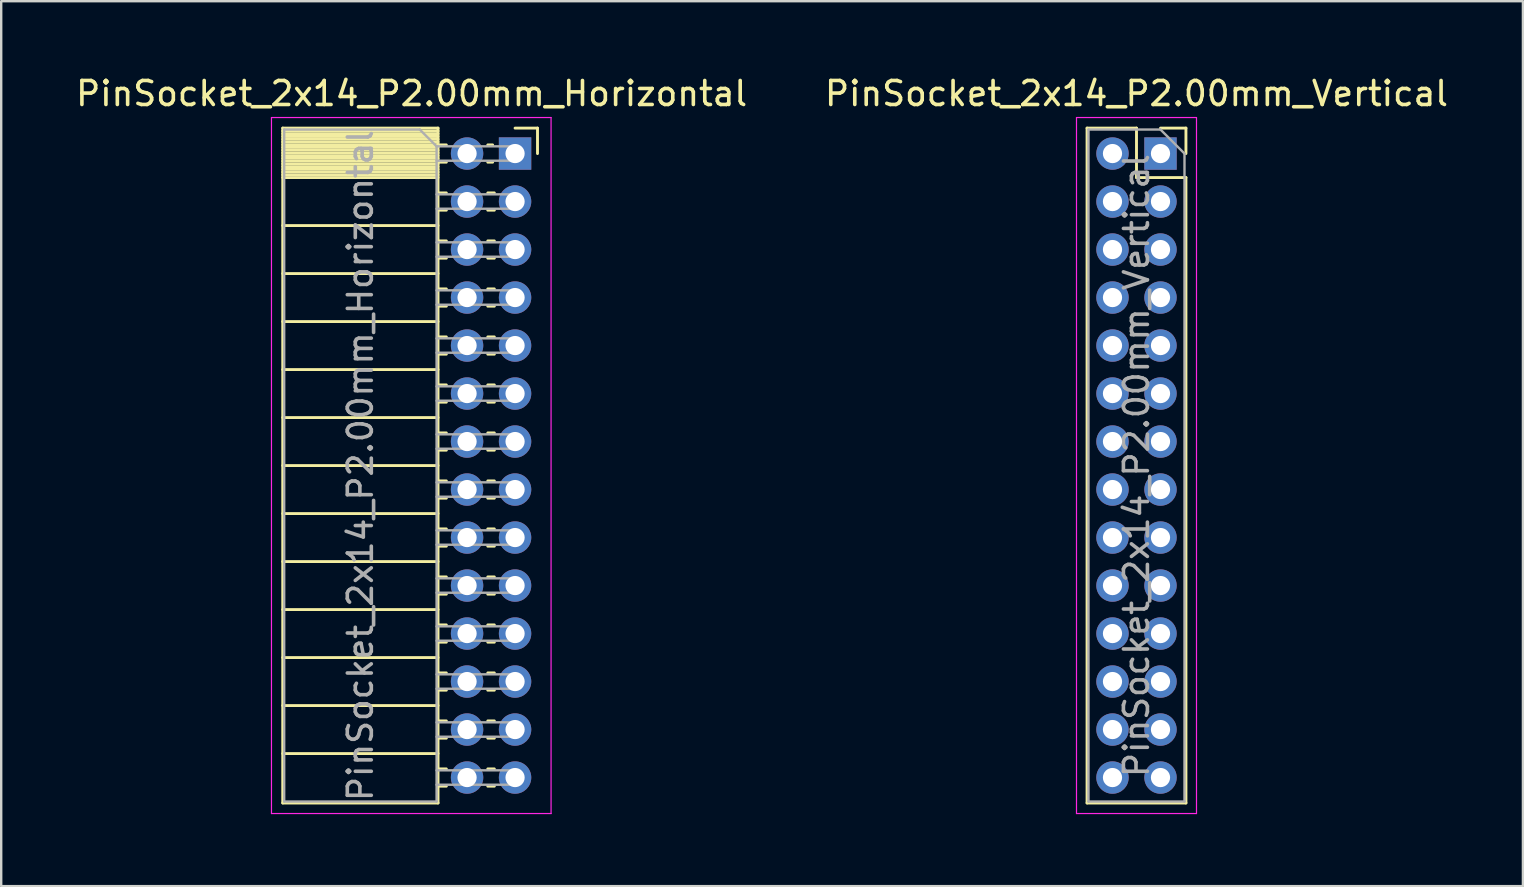
<source format=kicad_pcb>
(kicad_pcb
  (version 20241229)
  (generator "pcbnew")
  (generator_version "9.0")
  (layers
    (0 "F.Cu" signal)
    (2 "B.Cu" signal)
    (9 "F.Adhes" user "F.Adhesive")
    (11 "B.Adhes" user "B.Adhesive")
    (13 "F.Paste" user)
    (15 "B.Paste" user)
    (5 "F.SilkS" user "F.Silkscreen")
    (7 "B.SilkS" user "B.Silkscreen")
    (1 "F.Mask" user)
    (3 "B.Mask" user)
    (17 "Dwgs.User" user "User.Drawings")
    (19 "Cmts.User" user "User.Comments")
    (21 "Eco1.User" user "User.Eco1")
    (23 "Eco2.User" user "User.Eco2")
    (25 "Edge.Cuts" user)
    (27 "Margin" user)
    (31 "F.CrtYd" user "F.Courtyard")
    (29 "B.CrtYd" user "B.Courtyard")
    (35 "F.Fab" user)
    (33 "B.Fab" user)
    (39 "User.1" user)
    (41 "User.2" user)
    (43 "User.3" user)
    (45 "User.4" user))
  (footprint "PinSocket_2x14_P2.00mm_Horizontal"
    (layer "F.Cu")
    (at 18.411 3.348)
    (property "Reference" "PinSocket_2x14_P2.00mm_Horizontal" (at -4.31 -2.5 0) (layer "F.SilkS") (effects (font (size 1 1) (thickness 0.15))))
    (attr through_hole)
    (fp_line (start -9.68 -1.06) (end -9.68 27.06) (stroke (width 0.12) (type solid)) (layer "F.SilkS"))
    (fp_line (start -9.68 -1.06) (end -3.21 -1.06) (stroke (width 0.12) (type solid)) (layer "F.SilkS"))
    (fp_line (start -9.68 -0.94) (end -3.21 -0.94) (stroke (width 0.12) (type solid)) (layer "F.SilkS"))
    (fp_line (start -9.68 -0.826) (end -3.21 -0.826) (stroke (width 0.12) (type solid)) (layer "F.SilkS"))
    (fp_line (start -9.68 -0.712) (end -3.21 -0.712) (stroke (width 0.12) (type solid)) (layer "F.SilkS"))
    (fp_line (start -9.68 -0.598) (end -3.21 -0.598) (stroke (width 0.12) (type solid)) (layer "F.SilkS"))
    (fp_line (start -9.68 -0.484) (end -3.21 -0.484) (stroke (width 0.12) (type solid)) (layer "F.SilkS"))
    (fp_line (start -9.68 -0.369) (end -3.21 -0.369) (stroke (width 0.12) (type solid)) (layer "F.SilkS"))
    (fp_line (start -9.68 -0.255) (end -3.21 -0.255) (stroke (width 0.12) (type solid)) (layer "F.SilkS"))
    (fp_line (start -9.68 -0.141) (end -3.21 -0.141) (stroke (width 0.12) (type solid)) (layer "F.SilkS"))
    (fp_line (start -9.68 -0.027) (end -3.21 -0.027) (stroke (width 0.12) (type solid)) (layer "F.SilkS"))
    (fp_line (start -9.68 0.087) (end -3.21 0.087) (stroke (width 0.12) (type solid)) (layer "F.SilkS"))
    (fp_line (start -9.68 0.201) (end -3.21 0.201) (stroke (width 0.12) (type solid)) (layer "F.SilkS"))
    (fp_line (start -9.68 0.315) (end -3.21 0.315) (stroke (width 0.12) (type solid)) (layer "F.SilkS"))
    (fp_line (start -9.68 0.429) (end -3.21 0.429) (stroke (width 0.12) (type solid)) (layer "F.SilkS"))
    (fp_line (start -9.68 0.544) (end -3.21 0.544) (stroke (width 0.12) (type solid)) (layer "F.SilkS"))
    (fp_line (start -9.68 0.658) (end -3.21 0.658) (stroke (width 0.12) (type solid)) (layer "F.SilkS"))
    (fp_line (start -9.68 0.772) (end -3.21 0.772) (stroke (width 0.12) (type solid)) (layer "F.SilkS"))
    (fp_line (start -9.68 0.886) (end -3.21 0.886) (stroke (width 0.12) (type solid)) (layer "F.SilkS"))
    (fp_line (start -9.68 1) (end -3.21 1) (stroke (width 0.12) (type solid)) (layer "F.SilkS"))
    (fp_line (start -9.68 3) (end -3.21 3) (stroke (width 0.12) (type solid)) (layer "F.SilkS"))
    (fp_line (start -9.68 5) (end -3.21 5) (stroke (width 0.12) (type solid)) (layer "F.SilkS"))
    (fp_line (start -9.68 7) (end -3.21 7) (stroke (width 0.12) (type solid)) (layer "F.SilkS"))
    (fp_line (start -9.68 9) (end -3.21 9) (stroke (width 0.12) (type solid)) (layer "F.SilkS"))
    (fp_line (start -9.68 11) (end -3.21 11) (stroke (width 0.12) (type solid)) (layer "F.SilkS"))
    (fp_line (start -9.68 13) (end -3.21 13) (stroke (width 0.12) (type solid)) (layer "F.SilkS"))
    (fp_line (start -9.68 15) (end -3.21 15) (stroke (width 0.12) (type solid)) (layer "F.SilkS"))
    (fp_line (start -9.68 17) (end -3.21 17) (stroke (width 0.12) (type solid)) (layer "F.SilkS"))
    (fp_line (start -9.68 19) (end -3.21 19) (stroke (width 0.12) (type solid)) (layer "F.SilkS"))
    (fp_line (start -9.68 21) (end -3.21 21) (stroke (width 0.12) (type solid)) (layer "F.SilkS"))
    (fp_line (start -9.68 23) (end -3.21 23) (stroke (width 0.12) (type solid)) (layer "F.SilkS"))
    (fp_line (start -9.68 25) (end -3.21 25) (stroke (width 0.12) (type solid)) (layer "F.SilkS"))
    (fp_line (start -9.68 27.06) (end -3.21 27.06) (stroke (width 0.12) (type solid)) (layer "F.SilkS"))
    (fp_line (start -3.21 -1.06) (end -3.21 27.06) (stroke (width 0.12) (type solid)) (layer "F.SilkS"))
    (fp_line (start -3.21 -0.36) (end -2.863 -0.36) (stroke (width 0.12) (type solid)) (layer "F.SilkS"))
    (fp_line (start -3.21 0.36) (end -2.863 0.36) (stroke (width 0.12) (type solid)) (layer "F.SilkS"))
    (fp_line (start -3.21 1.64) (end -2.863 1.64) (stroke (width 0.12) (type solid)) (layer "F.SilkS"))
    (fp_line (start -3.21 2.36) (end -2.863 2.36) (stroke (width 0.12) (type solid)) (layer "F.SilkS"))
    (fp_line (start -3.21 3.64) (end -2.863 3.64) (stroke (width 0.12) (type solid)) (layer "F.SilkS"))
    (fp_line (start -3.21 4.36) (end -2.863 4.36) (stroke (width 0.12) (type solid)) (layer "F.SilkS"))
    (fp_line (start -3.21 5.64) (end -2.863 5.64) (stroke (width 0.12) (type solid)) (layer "F.SilkS"))
    (fp_line (start -3.21 6.36) (end -2.863 6.36) (stroke (width 0.12) (type solid)) (layer "F.SilkS"))
    (fp_line (start -3.21 7.64) (end -2.863 7.64) (stroke (width 0.12) (type solid)) (layer "F.SilkS"))
    (fp_line (start -3.21 8.36) (end -2.863 8.36) (stroke (width 0.12) (type solid)) (layer "F.SilkS"))
    (fp_line (start -3.21 9.64) (end -2.863 9.64) (stroke (width 0.12) (type solid)) (layer "F.SilkS"))
    (fp_line (start -3.21 10.36) (end -2.863 10.36) (stroke (width 0.12) (type solid)) (layer "F.SilkS"))
    (fp_line (start -3.21 11.64) (end -2.863 11.64) (stroke (width 0.12) (type solid)) (layer "F.SilkS"))
    (fp_line (start -3.21 12.36) (end -2.863 12.36) (stroke (width 0.12) (type solid)) (layer "F.SilkS"))
    (fp_line (start -3.21 13.64) (end -2.863 13.64) (stroke (width 0.12) (type solid)) (layer "F.SilkS"))
    (fp_line (start -3.21 14.36) (end -2.863 14.36) (stroke (width 0.12) (type solid)) (layer "F.SilkS"))
    (fp_line (start -3.21 15.64) (end -2.863 15.64) (stroke (width 0.12) (type solid)) (layer "F.SilkS"))
    (fp_line (start -3.21 16.36) (end -2.863 16.36) (stroke (width 0.12) (type solid)) (layer "F.SilkS"))
    (fp_line (start -3.21 17.64) (end -2.863 17.64) (stroke (width 0.12) (type solid)) (layer "F.SilkS"))
    (fp_line (start -3.21 18.36) (end -2.863 18.36) (stroke (width 0.12) (type solid)) (layer "F.SilkS"))
    (fp_line (start -3.21 19.64) (end -2.863 19.64) (stroke (width 0.12) (type solid)) (layer "F.SilkS"))
    (fp_line (start -3.21 20.36) (end -2.863 20.36) (stroke (width 0.12) (type solid)) (layer "F.SilkS"))
    (fp_line (start -3.21 21.64) (end -2.863 21.64) (stroke (width 0.12) (type solid)) (layer "F.SilkS"))
    (fp_line (start -3.21 22.36) (end -2.863 22.36) (stroke (width 0.12) (type solid)) (layer "F.SilkS"))
    (fp_line (start -3.21 23.64) (end -2.863 23.64) (stroke (width 0.12) (type solid)) (layer "F.SilkS"))
    (fp_line (start -3.21 24.36) (end -2.863 24.36) (stroke (width 0.12) (type solid)) (layer "F.SilkS"))
    (fp_line (start -3.21 25.64) (end -2.863 25.64) (stroke (width 0.12) (type solid)) (layer "F.SilkS"))
    (fp_line (start -3.21 26.36) (end -2.863 26.36) (stroke (width 0.12) (type solid)) (layer "F.SilkS"))
    (fp_line (start -1.137 -0.36) (end -0.935 -0.36) (stroke (width 0.12) (type solid)) (layer "F.SilkS"))
    (fp_line (start -1.137 0.36) (end -0.935 0.36) (stroke (width 0.12) (type solid)) (layer "F.SilkS"))
    (fp_line (start -1.137 1.64) (end -0.863 1.64) (stroke (width 0.12) (type solid)) (layer "F.SilkS"))
    (fp_line (start -1.137 2.36) (end -0.863 2.36) (stroke (width 0.12) (type solid)) (layer "F.SilkS"))
    (fp_line (start -1.137 3.64) (end -0.863 3.64) (stroke (width 0.12) (type solid)) (layer "F.SilkS"))
    (fp_line (start -1.137 4.36) (end -0.863 4.36) (stroke (width 0.12) (type solid)) (layer "F.SilkS"))
    (fp_line (start -1.137 5.64) (end -0.863 5.64) (stroke (width 0.12) (type solid)) (layer "F.SilkS"))
    (fp_line (start -1.137 6.36) (end -0.863 6.36) (stroke (width 0.12) (type solid)) (layer "F.SilkS"))
    (fp_line (start -1.137 7.64) (end -0.863 7.64) (stroke (width 0.12) (type solid)) (layer "F.SilkS"))
    (fp_line (start -1.137 8.36) (end -0.863 8.36) (stroke (width 0.12) (type solid)) (layer "F.SilkS"))
    (fp_line (start -1.137 9.64) (end -0.863 9.64) (stroke (width 0.12) (type solid)) (layer "F.SilkS"))
    (fp_line (start -1.137 10.36) (end -0.863 10.36) (stroke (width 0.12) (type solid)) (layer "F.SilkS"))
    (fp_line (start -1.137 11.64) (end -0.863 11.64) (stroke (width 0.12) (type solid)) (layer "F.SilkS"))
    (fp_line (start -1.137 12.36) (end -0.863 12.36) (stroke (width 0.12) (type solid)) (layer "F.SilkS"))
    (fp_line (start -1.137 13.64) (end -0.863 13.64) (stroke (width 0.12) (type solid)) (layer "F.SilkS"))
    (fp_line (start -1.137 14.36) (end -0.863 14.36) (stroke (width 0.12) (type solid)) (layer "F.SilkS"))
    (fp_line (start -1.137 15.64) (end -0.863 15.64) (stroke (width 0.12) (type solid)) (layer "F.SilkS"))
    (fp_line (start -1.137 16.36) (end -0.863 16.36) (stroke (width 0.12) (type solid)) (layer "F.SilkS"))
    (fp_line (start -1.137 17.64) (end -0.863 17.64) (stroke (width 0.12) (type solid)) (layer "F.SilkS"))
    (fp_line (start -1.137 18.36) (end -0.863 18.36) (stroke (width 0.12) (type solid)) (layer "F.SilkS"))
    (fp_line (start -1.137 19.64) (end -0.863 19.64) (stroke (width 0.12) (type solid)) (layer "F.SilkS"))
    (fp_line (start -1.137 20.36) (end -0.863 20.36) (stroke (width 0.12) (type solid)) (layer "F.SilkS"))
    (fp_line (start -1.137 21.64) (end -0.863 21.64) (stroke (width 0.12) (type solid)) (layer "F.SilkS"))
    (fp_line (start -1.137 22.36) (end -0.863 22.36) (stroke (width 0.12) (type solid)) (layer "F.SilkS"))
    (fp_line (start -1.137 23.64) (end -0.863 23.64) (stroke (width 0.12) (type solid)) (layer "F.SilkS"))
    (fp_line (start -1.137 24.36) (end -0.863 24.36) (stroke (width 0.12) (type solid)) (layer "F.SilkS"))
    (fp_line (start -1.137 25.64) (end -0.863 25.64) (stroke (width 0.12) (type solid)) (layer "F.SilkS"))
    (fp_line (start -1.137 26.36) (end -0.863 26.36) (stroke (width 0.12) (type solid)) (layer "F.SilkS"))
    (fp_line (start 0 -1.06) (end 0.935 -1.06) (stroke (width 0.12) (type solid)) (layer "F.SilkS"))
    (fp_line (start 0.935 -1.06) (end 0.935 0) (stroke (width 0.12) (type solid)) (layer "F.SilkS"))
    (fp_line (start -10.15 -1.5) (end -10.15 27.5) (stroke (width 0.05) (type solid)) (layer "F.CrtYd"))
    (fp_line (start -10.15 27.5) (end 1.5 27.5) (stroke (width 0.05) (type solid)) (layer "F.CrtYd"))
    (fp_line (start 1.5 -1.5) (end -10.15 -1.5) (stroke (width 0.05) (type solid)) (layer "F.CrtYd"))
    (fp_line (start 1.5 27.5) (end 1.5 -1.5) (stroke (width 0.05) (type solid)) (layer "F.CrtYd"))
    (fp_line (start -9.62 -1) (end -3.97 -1) (stroke (width 0.1) (type solid)) (layer "F.Fab"))
    (fp_line (start -9.62 27) (end -9.62 -1) (stroke (width 0.1) (type solid)) (layer "F.Fab"))
    (fp_line (start -3.97 -1) (end -3.27 -0.3) (stroke (width 0.1) (type solid)) (layer "F.Fab"))
    (fp_line (start -3.27 -0.3) (end -3.27 27) (stroke (width 0.1) (type solid)) (layer "F.Fab"))
    (fp_line (start -3.27 0.3) (end 0 0.3) (stroke (width 0.1) (type solid)) (layer "F.Fab"))
    (fp_line (start -3.27 2.3) (end 0 2.3) (stroke (width 0.1) (type solid)) (layer "F.Fab"))
    (fp_line (start -3.27 4.3) (end 0 4.3) (stroke (width 0.1) (type solid)) (layer "F.Fab"))
    (fp_line (start -3.27 6.3) (end 0 6.3) (stroke (width 0.1) (type solid)) (layer "F.Fab"))
    (fp_line (start -3.27 8.3) (end 0 8.3) (stroke (width 0.1) (type solid)) (layer "F.Fab"))
    (fp_line (start -3.27 10.3) (end 0 10.3) (stroke (width 0.1) (type solid)) (layer "F.Fab"))
    (fp_line (start -3.27 12.3) (end 0 12.3) (stroke (width 0.1) (type solid)) (layer "F.Fab"))
    (fp_line (start -3.27 14.3) (end 0 14.3) (stroke (width 0.1) (type solid)) (layer "F.Fab"))
    (fp_line (start -3.27 16.3) (end 0 16.3) (stroke (width 0.1) (type solid)) (layer "F.Fab"))
    (fp_line (start -3.27 18.3) (end 0 18.3) (stroke (width 0.1) (type solid)) (layer "F.Fab"))
    (fp_line (start -3.27 20.3) (end 0 20.3) (stroke (width 0.1) (type solid)) (layer "F.Fab"))
    (fp_line (start -3.27 22.3) (end 0 22.3) (stroke (width 0.1) (type solid)) (layer "F.Fab"))
    (fp_line (start -3.27 24.3) (end 0 24.3) (stroke (width 0.1) (type solid)) (layer "F.Fab"))
    (fp_line (start -3.27 26.3) (end 0 26.3) (stroke (width 0.1) (type solid)) (layer "F.Fab"))
    (fp_line (start -3.27 27) (end -9.62 27) (stroke (width 0.1) (type solid)) (layer "F.Fab"))
    (fp_line (start 0 -0.3) (end -3.27 -0.3) (stroke (width 0.1) (type solid)) (layer "F.Fab"))
    (fp_line (start 0 0.3) (end 0 -0.3) (stroke (width 0.1) (type solid)) (layer "F.Fab"))
    (fp_line (start 0 1.7) (end -3.27 1.7) (stroke (width 0.1) (type solid)) (layer "F.Fab"))
    (fp_line (start 0 2.3) (end 0 1.7) (stroke (width 0.1) (type solid)) (layer "F.Fab"))
    (fp_line (start 0 3.7) (end -3.27 3.7) (stroke (width 0.1) (type solid)) (layer "F.Fab"))
    (fp_line (start 0 4.3) (end 0 3.7) (stroke (width 0.1) (type solid)) (layer "F.Fab"))
    (fp_line (start 0 5.7) (end -3.27 5.7) (stroke (width 0.1) (type solid)) (layer "F.Fab"))
    (fp_line (start 0 6.3) (end 0 5.7) (stroke (width 0.1) (type solid)) (layer "F.Fab"))
    (fp_line (start 0 7.7) (end -3.27 7.7) (stroke (width 0.1) (type solid)) (layer "F.Fab"))
    (fp_line (start 0 8.3) (end 0 7.7) (stroke (width 0.1) (type solid)) (layer "F.Fab"))
    (fp_line (start 0 9.7) (end -3.27 9.7) (stroke (width 0.1) (type solid)) (layer "F.Fab"))
    (fp_line (start 0 10.3) (end 0 9.7) (stroke (width 0.1) (type solid)) (layer "F.Fab"))
    (fp_line (start 0 11.7) (end -3.27 11.7) (stroke (width 0.1) (type solid)) (layer "F.Fab"))
    (fp_line (start 0 12.3) (end 0 11.7) (stroke (width 0.1) (type solid)) (layer "F.Fab"))
    (fp_line (start 0 13.7) (end -3.27 13.7) (stroke (width 0.1) (type solid)) (layer "F.Fab"))
    (fp_line (start 0 14.3) (end 0 13.7) (stroke (width 0.1) (type solid)) (layer "F.Fab"))
    (fp_line (start 0 15.7) (end -3.27 15.7) (stroke (width 0.1) (type solid)) (layer "F.Fab"))
    (fp_line (start 0 16.3) (end 0 15.7) (stroke (width 0.1) (type solid)) (layer "F.Fab"))
    (fp_line (start 0 17.7) (end -3.27 17.7) (stroke (width 0.1) (type solid)) (layer "F.Fab"))
    (fp_line (start 0 18.3) (end 0 17.7) (stroke (width 0.1) (type solid)) (layer "F.Fab"))
    (fp_line (start 0 19.7) (end -3.27 19.7) (stroke (width 0.1) (type solid)) (layer "F.Fab"))
    (fp_line (start 0 20.3) (end 0 19.7) (stroke (width 0.1) (type solid)) (layer "F.Fab"))
    (fp_line (start 0 21.7) (end -3.27 21.7) (stroke (width 0.1) (type solid)) (layer "F.Fab"))
    (fp_line (start 0 22.3) (end 0 21.7) (stroke (width 0.1) (type solid)) (layer "F.Fab"))
    (fp_line (start 0 23.7) (end -3.27 23.7) (stroke (width 0.1) (type solid)) (layer "F.Fab"))
    (fp_line (start 0 24.3) (end 0 23.7) (stroke (width 0.1) (type solid)) (layer "F.Fab"))
    (fp_line (start 0 25.7) (end -3.27 25.7) (stroke (width 0.1) (type solid)) (layer "F.Fab"))
    (fp_line (start 0 26.3) (end 0 25.7) (stroke (width 0.1) (type solid)) (layer "F.Fab"))
    (fp_text user "${REFERENCE}" (at -6.445 13 90) (layer "F.Fab") (effects (font (size 1 1) (thickness 0.15))))
    (pad "1" thru_hole rect (at 0 0) (size 1.35 1.35) (drill 0.8) (layers "*.Cu" "*.Mask"))
    (pad "2" thru_hole circle (at -2 0) (size 1.35 1.35) (drill 0.8) (layers "*.Cu" "*.Mask"))
    (pad "3" thru_hole circle (at 0 2) (size 1.35 1.35) (drill 0.8) (layers "*.Cu" "*.Mask"))
    (pad "4" thru_hole circle (at -2 2) (size 1.35 1.35) (drill 0.8) (layers "*.Cu" "*.Mask"))
    (pad "5" thru_hole circle (at 0 4) (size 1.35 1.35) (drill 0.8) (layers "*.Cu" "*.Mask"))
    (pad "6" thru_hole circle (at -2 4) (size 1.35 1.35) (drill 0.8) (layers "*.Cu" "*.Mask"))
    (pad "7" thru_hole circle (at 0 6) (size 1.35 1.35) (drill 0.8) (layers "*.Cu" "*.Mask"))
    (pad "8" thru_hole circle (at -2 6) (size 1.35 1.35) (drill 0.8) (layers "*.Cu" "*.Mask"))
    (pad "9" thru_hole circle (at 0 8) (size 1.35 1.35) (drill 0.8) (layers "*.Cu" "*.Mask"))
    (pad "10" thru_hole circle (at -2 8) (size 1.35 1.35) (drill 0.8) (layers "*.Cu" "*.Mask"))
    (pad "11" thru_hole circle (at 0 10) (size 1.35 1.35) (drill 0.8) (layers "*.Cu" "*.Mask"))
    (pad "12" thru_hole circle (at -2 10) (size 1.35 1.35) (drill 0.8) (layers "*.Cu" "*.Mask"))
    (pad "13" thru_hole circle (at 0 12) (size 1.35 1.35) (drill 0.8) (layers "*.Cu" "*.Mask"))
    (pad "14" thru_hole circle (at -2 12) (size 1.35 1.35) (drill 0.8) (layers "*.Cu" "*.Mask"))
    (pad "15" thru_hole circle (at 0 14) (size 1.35 1.35) (drill 0.8) (layers "*.Cu" "*.Mask"))
    (pad "16" thru_hole circle (at -2 14) (size 1.35 1.35) (drill 0.8) (layers "*.Cu" "*.Mask"))
    (pad "17" thru_hole circle (at 0 16) (size 1.35 1.35) (drill 0.8) (layers "*.Cu" "*.Mask"))
    (pad "18" thru_hole circle (at -2 16) (size 1.35 1.35) (drill 0.8) (layers "*.Cu" "*.Mask"))
    (pad "19" thru_hole circle (at 0 18) (size 1.35 1.35) (drill 0.8) (layers "*.Cu" "*.Mask"))
    (pad "20" thru_hole circle (at -2 18) (size 1.35 1.35) (drill 0.8) (layers "*.Cu" "*.Mask"))
    (pad "21" thru_hole circle (at 0 20) (size 1.35 1.35) (drill 0.8) (layers "*.Cu" "*.Mask"))
    (pad "22" thru_hole circle (at -2 20) (size 1.35 1.35) (drill 0.8) (layers "*.Cu" "*.Mask"))
    (pad "23" thru_hole circle (at 0 22) (size 1.35 1.35) (drill 0.8) (layers "*.Cu" "*.Mask"))
    (pad "24" thru_hole circle (at -2 22) (size 1.35 1.35) (drill 0.8) (layers "*.Cu" "*.Mask"))
    (pad "25" thru_hole circle (at 0 24) (size 1.35 1.35) (drill 0.8) (layers "*.Cu" "*.Mask"))
    (pad "26" thru_hole circle (at -2 24) (size 1.35 1.35) (drill 0.8) (layers "*.Cu" "*.Mask"))
    (pad "27" thru_hole circle (at 0 26) (size 1.35 1.35) (drill 0.8) (layers "*.Cu" "*.Mask"))
    (pad "28" thru_hole circle (at -2 26) (size 1.35 1.35) (drill 0.8) (layers "*.Cu" "*.Mask")))
  (footprint "PinSocket_2x14_P2.00mm_Vertical"
    (layer "F.Cu")
    (at 45.304 3.348)
    (property "Reference" "PinSocket_2x14_P2.00mm_Vertical" (at -1 -2.5 0) (layer "F.SilkS") (effects (font (size 1 1) (thickness 0.15))))
    (attr through_hole)
    (fp_line (start -3.06 -1.06) (end -3.06 27.06) (stroke (width 0.12) (type solid)) (layer "F.SilkS"))
    (fp_line (start -3.06 -1.06) (end -1 -1.06) (stroke (width 0.12) (type solid)) (layer "F.SilkS"))
    (fp_line (start -3.06 27.06) (end 1.06 27.06) (stroke (width 0.12) (type solid)) (layer "F.SilkS"))
    (fp_line (start -1 -1.06) (end -1 1) (stroke (width 0.12) (type solid)) (layer "F.SilkS"))
    (fp_line (start -1 1) (end 1.06 1) (stroke (width 0.12) (type solid)) (layer "F.SilkS"))
    (fp_line (start 0 -1.06) (end 1.06 -1.06) (stroke (width 0.12) (type solid)) (layer "F.SilkS"))
    (fp_line (start 1.06 -1.06) (end 1.06 0) (stroke (width 0.12) (type solid)) (layer "F.SilkS"))
    (fp_line (start 1.06 1) (end 1.06 27.06) (stroke (width 0.12) (type solid)) (layer "F.SilkS"))
    (fp_line (start -3.5 -1.5) (end 1.5 -1.5) (stroke (width 0.05) (type solid)) (layer "F.CrtYd"))
    (fp_line (start -3.5 27.5) (end -3.5 -1.5) (stroke (width 0.05) (type solid)) (layer "F.CrtYd"))
    (fp_line (start 1.5 -1.5) (end 1.5 27.5) (stroke (width 0.05) (type solid)) (layer "F.CrtYd"))
    (fp_line (start 1.5 27.5) (end -3.5 27.5) (stroke (width 0.05) (type solid)) (layer "F.CrtYd"))
    (fp_line (start -3 -1) (end 0 -1) (stroke (width 0.1) (type solid)) (layer "F.Fab"))
    (fp_line (start -3 27) (end -3 -1) (stroke (width 0.1) (type solid)) (layer "F.Fab"))
    (fp_line (start 0 -1) (end 1 0) (stroke (width 0.1) (type solid)) (layer "F.Fab"))
    (fp_line (start 1 0) (end 1 27) (stroke (width 0.1) (type solid)) (layer "F.Fab"))
    (fp_line (start 1 27) (end -3 27) (stroke (width 0.1) (type solid)) (layer "F.Fab"))
    (fp_text user "${REFERENCE}" (at -1 13 90) (layer "F.Fab") (effects (font (size 1 1) (thickness 0.15))))
    (pad "1" thru_hole rect (at 0 0) (size 1.35 1.35) (drill 0.8) (layers "*.Cu" "*.Mask"))
    (pad "2" thru_hole circle (at -2 0) (size 1.35 1.35) (drill 0.8) (layers "*.Cu" "*.Mask"))
    (pad "3" thru_hole circle (at 0 2) (size 1.35 1.35) (drill 0.8) (layers "*.Cu" "*.Mask"))
    (pad "4" thru_hole circle (at -2 2) (size 1.35 1.35) (drill 0.8) (layers "*.Cu" "*.Mask"))
    (pad "5" thru_hole circle (at 0 4) (size 1.35 1.35) (drill 0.8) (layers "*.Cu" "*.Mask"))
    (pad "6" thru_hole circle (at -2 4) (size 1.35 1.35) (drill 0.8) (layers "*.Cu" "*.Mask"))
    (pad "7" thru_hole circle (at 0 6) (size 1.35 1.35) (drill 0.8) (layers "*.Cu" "*.Mask"))
    (pad "8" thru_hole circle (at -2 6) (size 1.35 1.35) (drill 0.8) (layers "*.Cu" "*.Mask"))
    (pad "9" thru_hole circle (at 0 8) (size 1.35 1.35) (drill 0.8) (layers "*.Cu" "*.Mask"))
    (pad "10" thru_hole circle (at -2 8) (size 1.35 1.35) (drill 0.8) (layers "*.Cu" "*.Mask"))
    (pad "11" thru_hole circle (at 0 10) (size 1.35 1.35) (drill 0.8) (layers "*.Cu" "*.Mask"))
    (pad "12" thru_hole circle (at -2 10) (size 1.35 1.35) (drill 0.8) (layers "*.Cu" "*.Mask"))
    (pad "13" thru_hole circle (at 0 12) (size 1.35 1.35) (drill 0.8) (layers "*.Cu" "*.Mask"))
    (pad "14" thru_hole circle (at -2 12) (size 1.35 1.35) (drill 0.8) (layers "*.Cu" "*.Mask"))
    (pad "15" thru_hole circle (at 0 14) (size 1.35 1.35) (drill 0.8) (layers "*.Cu" "*.Mask"))
    (pad "16" thru_hole circle (at -2 14) (size 1.35 1.35) (drill 0.8) (layers "*.Cu" "*.Mask"))
    (pad "17" thru_hole circle (at 0 16) (size 1.35 1.35) (drill 0.8) (layers "*.Cu" "*.Mask"))
    (pad "18" thru_hole circle (at -2 16) (size 1.35 1.35) (drill 0.8) (layers "*.Cu" "*.Mask"))
    (pad "19" thru_hole circle (at 0 18) (size 1.35 1.35) (drill 0.8) (layers "*.Cu" "*.Mask"))
    (pad "20" thru_hole circle (at -2 18) (size 1.35 1.35) (drill 0.8) (layers "*.Cu" "*.Mask"))
    (pad "21" thru_hole circle (at 0 20) (size 1.35 1.35) (drill 0.8) (layers "*.Cu" "*.Mask"))
    (pad "22" thru_hole circle (at -2 20) (size 1.35 1.35) (drill 0.8) (layers "*.Cu" "*.Mask"))
    (pad "23" thru_hole circle (at 0 22) (size 1.35 1.35) (drill 0.8) (layers "*.Cu" "*.Mask"))
    (pad "24" thru_hole circle (at -2 22) (size 1.35 1.35) (drill 0.8) (layers "*.Cu" "*.Mask"))
    (pad "25" thru_hole circle (at 0 24) (size 1.35 1.35) (drill 0.8) (layers "*.Cu" "*.Mask"))
    (pad "26" thru_hole circle (at -2 24) (size 1.35 1.35) (drill 0.8) (layers "*.Cu" "*.Mask"))
    (pad "27" thru_hole circle (at 0 26) (size 1.35 1.35) (drill 0.8) (layers "*.Cu" "*.Mask"))
    (pad "28" thru_hole circle (at -2 26) (size 1.35 1.35) (drill 0.8) (layers "*.Cu" "*.Mask")))
  (gr_rect
    (start -3 -3)
    (end 60.405 33.873)
    (stroke (width 0.1) (type default))
    (fill no)
    (layer "Edge.Cuts")))
</source>
